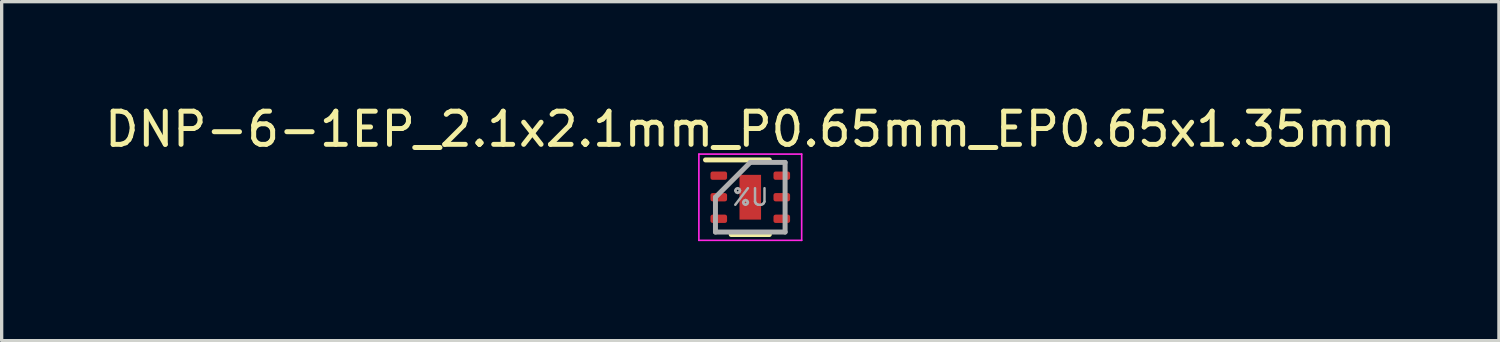
<source format=kicad_pcb>
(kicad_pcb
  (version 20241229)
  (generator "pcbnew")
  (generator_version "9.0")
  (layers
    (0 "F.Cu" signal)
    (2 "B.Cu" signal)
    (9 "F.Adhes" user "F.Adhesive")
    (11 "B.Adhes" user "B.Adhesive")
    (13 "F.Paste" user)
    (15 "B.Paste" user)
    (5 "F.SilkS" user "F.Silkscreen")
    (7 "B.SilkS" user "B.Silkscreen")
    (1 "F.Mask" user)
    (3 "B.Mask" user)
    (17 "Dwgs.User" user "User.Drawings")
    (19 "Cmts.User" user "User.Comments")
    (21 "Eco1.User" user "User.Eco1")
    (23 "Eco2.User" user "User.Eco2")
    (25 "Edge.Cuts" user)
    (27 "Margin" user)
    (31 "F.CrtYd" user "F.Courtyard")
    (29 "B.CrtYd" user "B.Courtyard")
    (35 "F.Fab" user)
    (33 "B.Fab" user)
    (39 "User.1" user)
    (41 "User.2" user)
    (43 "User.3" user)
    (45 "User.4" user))
  (footprint "DNP-6-1EP_2.1x2.1mm_P0.65mm_EP0.65x1.35mm"
    (layer "F.Cu")
    (at 19.577 2.898)
    (property "Reference" "DNP-6-1EP_2.1x2.1mm_P0.65mm_EP0.65x1.35mm" (at 0 -2.05 0) (layer "F.SilkS") (effects (font (size 1 1) (thickness 0.15))))
    (attr smd)
    (fp_line (start -1.35 -1.125) (end 0.575 -1.125) (stroke (width 0.15) (type solid)) (layer "F.SilkS"))
    (fp_line (start -0.575 1.125) (end 0.575 1.125) (stroke (width 0.15) (type solid)) (layer "F.SilkS"))
    (fp_line (start -1.55 -1.3) (end -1.55 1.3) (stroke (width 0.05) (type solid)) (layer "F.CrtYd"))
    (fp_line (start -1.55 -1.3) (end 1.55 -1.3) (stroke (width 0.05) (type solid)) (layer "F.CrtYd"))
    (fp_line (start -1.55 1.3) (end 1.55 1.3) (stroke (width 0.05) (type solid)) (layer "F.CrtYd"))
    (fp_line (start 1.55 -1.3) (end 1.55 1.3) (stroke (width 0.05) (type solid)) (layer "F.CrtYd"))
    (fp_line (start -1.05 0) (end 0 -1.05) (stroke (width 0.15) (type solid)) (layer "F.Fab"))
    (fp_line (start -1.05 1.05) (end -1.05 0) (stroke (width 0.15) (type solid)) (layer "F.Fab"))
    (fp_line (start 0 -1.05) (end 1.05 -1.05) (stroke (width 0.15) (type solid)) (layer "F.Fab"))
    (fp_line (start 1.05 -1.05) (end 1.05 1.05) (stroke (width 0.15) (type solid)) (layer "F.Fab"))
    (fp_line (start 1.05 1.05) (end -1.05 1.05) (stroke (width 0.15) (type solid)) (layer "F.Fab"))
    (fp_text user "%U" (at 0 0 0) (layer "F.Fab") (effects (font (size 0.5 0.5) (thickness 0.075))))
    (pad "" smd rect (at 0 -0.355) (size 0.5 0.56) (layers "F.Paste"))
    (pad "" smd rect (at 0 0.355) (size 0.5 0.56) (layers "F.Paste"))
    (pad "1" smd roundrect (at -0.95 -0.65) (size 0.5 0.25) (layers "F.Cu" "F.Mask" "F.Paste") (roundrect_rratio 0.25))
    (pad "2" smd roundrect (at -0.95 0) (size 0.5 0.25) (layers "F.Cu" "F.Mask" "F.Paste") (roundrect_rratio 0.25))
    (pad "3" smd roundrect (at -0.95 0.65) (size 0.5 0.25) (layers "F.Cu" "F.Mask" "F.Paste") (roundrect_rratio 0.25))
    (pad "4" smd roundrect (at 0.95 0.65) (size 0.5 0.25) (layers "F.Cu" "F.Mask" "F.Paste") (roundrect_rratio 0.25))
    (pad "5" smd roundrect (at 0.95 0) (size 0.5 0.25) (layers "F.Cu" "F.Mask" "F.Paste") (roundrect_rratio 0.25))
    (pad "6" smd roundrect (at 0.95 -0.65) (size 0.5 0.25) (layers "F.Cu" "F.Mask" "F.Paste") (roundrect_rratio 0.25))
    (pad "7" smd rect (at 0 0) (size 0.65 1.35) (layers "F.Cu" "F.Mask")))
  (gr_rect
    (start -3 -3)
    (end 42.155 7.223)
    (stroke (width 0.1) (type default))
    (fill no)
    (layer "Edge.Cuts")))
</source>
